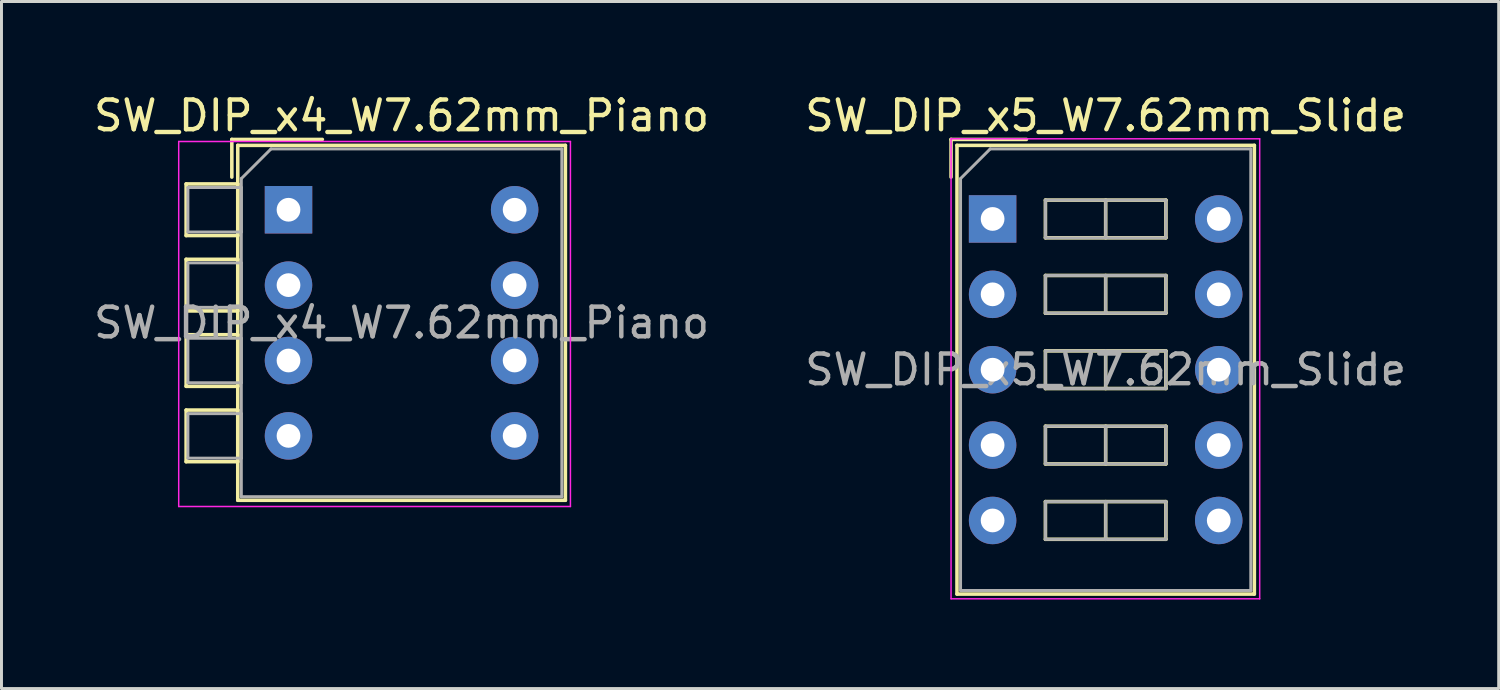
<source format=kicad_pcb>
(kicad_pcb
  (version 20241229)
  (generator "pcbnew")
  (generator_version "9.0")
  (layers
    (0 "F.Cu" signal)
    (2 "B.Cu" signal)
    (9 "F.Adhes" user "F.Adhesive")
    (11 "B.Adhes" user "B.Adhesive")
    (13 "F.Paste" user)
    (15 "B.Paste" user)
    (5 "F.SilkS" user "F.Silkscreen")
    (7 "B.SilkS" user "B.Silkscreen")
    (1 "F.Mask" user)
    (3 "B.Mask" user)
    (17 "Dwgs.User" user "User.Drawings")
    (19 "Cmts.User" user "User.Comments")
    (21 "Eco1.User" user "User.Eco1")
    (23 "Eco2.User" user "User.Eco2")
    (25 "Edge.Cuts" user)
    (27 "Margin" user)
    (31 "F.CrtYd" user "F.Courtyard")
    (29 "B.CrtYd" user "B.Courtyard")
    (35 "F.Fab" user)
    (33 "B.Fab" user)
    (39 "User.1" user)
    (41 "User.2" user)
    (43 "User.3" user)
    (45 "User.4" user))
  (footprint "SW_DIP_x4_W7.62mm_Piano"
    (layer "F.Cu")
    (at 6.672 4.018)
    (property "Reference" "SW_DIP_x4_W7.62mm_Piano" (at 3.81 -3.17 0) (layer "F.SilkS") (effects (font (size 1 1) (thickness 0.15))))
    (attr through_hole)
    (fp_line (start -3.45 -0.87) (end -3.45 0.87) (stroke (width 0.12) (type solid)) (layer "F.SilkS"))
    (fp_line (start -3.45 0.87) (end -1.71 0.87) (stroke (width 0.12) (type solid)) (layer "F.SilkS"))
    (fp_line (start -3.45 1.67) (end -3.45 3.41) (stroke (width 0.12) (type solid)) (layer "F.SilkS"))
    (fp_line (start -3.45 3.41) (end -1.71 3.41) (stroke (width 0.12) (type solid)) (layer "F.SilkS"))
    (fp_line (start -3.45 4.21) (end -3.45 5.95) (stroke (width 0.12) (type solid)) (layer "F.SilkS"))
    (fp_line (start -3.45 5.95) (end -1.71 5.95) (stroke (width 0.12) (type solid)) (layer "F.SilkS"))
    (fp_line (start -3.45 6.75) (end -3.45 8.49) (stroke (width 0.12) (type solid)) (layer "F.SilkS"))
    (fp_line (start -3.45 8.49) (end -1.71 8.49) (stroke (width 0.12) (type solid)) (layer "F.SilkS"))
    (fp_line (start -1.91 -2.37) (end -1.91 -1.1) (stroke (width 0.12) (type solid)) (layer "F.SilkS"))
    (fp_line (start -1.91 -2.37) (end 1.14 -2.37) (stroke (width 0.12) (type solid)) (layer "F.SilkS"))
    (fp_line (start -1.71 -2.17) (end 9.33 -2.17) (stroke (width 0.12) (type solid)) (layer "F.SilkS"))
    (fp_line (start -1.71 -0.87) (end -3.45 -0.87) (stroke (width 0.12) (type solid)) (layer "F.SilkS"))
    (fp_line (start -1.71 0.87) (end -1.71 -0.87) (stroke (width 0.12) (type solid)) (layer "F.SilkS"))
    (fp_line (start -1.71 1.67) (end -3.45 1.67) (stroke (width 0.12) (type solid)) (layer "F.SilkS"))
    (fp_line (start -1.71 3.41) (end -1.71 1.67) (stroke (width 0.12) (type solid)) (layer "F.SilkS"))
    (fp_line (start -1.71 4.21) (end -3.45 4.21) (stroke (width 0.12) (type solid)) (layer "F.SilkS"))
    (fp_line (start -1.71 5.95) (end -1.71 4.21) (stroke (width 0.12) (type solid)) (layer "F.SilkS"))
    (fp_line (start -1.71 6.75) (end -3.45 6.75) (stroke (width 0.12) (type solid)) (layer "F.SilkS"))
    (fp_line (start -1.71 8.49) (end -1.71 6.75) (stroke (width 0.12) (type solid)) (layer "F.SilkS"))
    (fp_line (start -1.71 9.79) (end -1.71 -2.17) (stroke (width 0.12) (type solid)) (layer "F.SilkS"))
    (fp_line (start 9.33 -2.17) (end 9.33 9.79) (stroke (width 0.12) (type solid)) (layer "F.SilkS"))
    (fp_line (start 9.33 9.79) (end -1.71 9.79) (stroke (width 0.12) (type solid)) (layer "F.SilkS"))
    (fp_line (start -3.7 -2.3) (end -3.7 10) (stroke (width 0.05) (type solid)) (layer "F.CrtYd"))
    (fp_line (start -3.7 10) (end 9.5 10) (stroke (width 0.05) (type solid)) (layer "F.CrtYd"))
    (fp_line (start 9.5 -2.3) (end -3.7 -2.3) (stroke (width 0.05) (type solid)) (layer "F.CrtYd"))
    (fp_line (start 9.5 10) (end 9.5 -2.3) (stroke (width 0.05) (type solid)) (layer "F.CrtYd"))
    (fp_line (start -3.39 -0.75) (end -1.59 -0.75) (stroke (width 0.1) (type solid)) (layer "F.Fab"))
    (fp_line (start -3.39 0.75) (end -3.39 -0.75) (stroke (width 0.1) (type solid)) (layer "F.Fab"))
    (fp_line (start -3.39 1.79) (end -1.59 1.79) (stroke (width 0.1) (type solid)) (layer "F.Fab"))
    (fp_line (start -3.39 3.29) (end -3.39 1.79) (stroke (width 0.1) (type solid)) (layer "F.Fab"))
    (fp_line (start -3.39 4.33) (end -1.59 4.33) (stroke (width 0.1) (type solid)) (layer "F.Fab"))
    (fp_line (start -3.39 5.83) (end -3.39 4.33) (stroke (width 0.1) (type solid)) (layer "F.Fab"))
    (fp_line (start -3.39 6.87) (end -1.59 6.87) (stroke (width 0.1) (type solid)) (layer "F.Fab"))
    (fp_line (start -3.39 8.37) (end -3.39 6.87) (stroke (width 0.1) (type solid)) (layer "F.Fab"))
    (fp_line (start -1.59 -1.05) (end -0.59 -2.05) (stroke (width 0.1) (type solid)) (layer "F.Fab"))
    (fp_line (start -1.59 -0.75) (end -1.59 0.75) (stroke (width 0.1) (type solid)) (layer "F.Fab"))
    (fp_line (start -1.59 0.75) (end -3.39 0.75) (stroke (width 0.1) (type solid)) (layer "F.Fab"))
    (fp_line (start -1.59 1.79) (end -1.59 3.29) (stroke (width 0.1) (type solid)) (layer "F.Fab"))
    (fp_line (start -1.59 3.29) (end -3.39 3.29) (stroke (width 0.1) (type solid)) (layer "F.Fab"))
    (fp_line (start -1.59 4.33) (end -1.59 5.83) (stroke (width 0.1) (type solid)) (layer "F.Fab"))
    (fp_line (start -1.59 5.83) (end -3.39 5.83) (stroke (width 0.1) (type solid)) (layer "F.Fab"))
    (fp_line (start -1.59 6.87) (end -1.59 8.37) (stroke (width 0.1) (type solid)) (layer "F.Fab"))
    (fp_line (start -1.59 8.37) (end -3.39 8.37) (stroke (width 0.1) (type solid)) (layer "F.Fab"))
    (fp_line (start -1.59 9.67) (end -1.59 -1.05) (stroke (width 0.1) (type solid)) (layer "F.Fab"))
    (fp_line (start -0.59 -2.05) (end 9.21 -2.05) (stroke (width 0.1) (type solid)) (layer "F.Fab"))
    (fp_line (start 9.21 -2.05) (end 9.21 9.67) (stroke (width 0.1) (type solid)) (layer "F.Fab"))
    (fp_line (start 9.21 9.67) (end -1.59 9.67) (stroke (width 0.1) (type solid)) (layer "F.Fab"))
    (fp_text user "${REFERENCE}" (at 3.81 3.81 0) (layer "F.Fab") (effects (font (size 1 1) (thickness 0.15))))
    (pad "1" thru_hole rect (at 0 0) (size 1.6 1.6) (drill 0.8) (layers "*.Cu" "*.Mask"))
    (pad "2" thru_hole oval (at 0 2.54) (size 1.6 1.6) (drill 0.8) (layers "*.Cu" "*.Mask"))
    (pad "3" thru_hole oval (at 0 5.08) (size 1.6 1.6) (drill 0.8) (layers "*.Cu" "*.Mask"))
    (pad "4" thru_hole oval (at 0 7.62) (size 1.6 1.6) (drill 0.8) (layers "*.Cu" "*.Mask"))
    (pad "5" thru_hole oval (at 7.62 7.62) (size 1.6 1.6) (drill 0.8) (layers "*.Cu" "*.Mask"))
    (pad "6" thru_hole oval (at 7.62 5.08) (size 1.6 1.6) (drill 0.8) (layers "*.Cu" "*.Mask"))
    (pad "7" thru_hole oval (at 7.62 2.54) (size 1.6 1.6) (drill 0.8) (layers "*.Cu" "*.Mask"))
    (pad "8" thru_hole oval (at 7.62 0) (size 1.6 1.6) (drill 0.8) (layers "*.Cu" "*.Mask")))
  (footprint "SW_DIP_x5_W7.62mm_Slide"
    (layer "F.Cu")
    (at 30.398 4.328)
    (property "Reference" "SW_DIP_x5_W7.62mm_Slide" (at 3.81 -3.48 0) (layer "F.SilkS") (effects (font (size 1 1) (thickness 0.15))))
    (attr through_hole)
    (fp_line (start -1.4 -2.68) (end -1.4 -1.41) (stroke (width 0.12) (type solid)) (layer "F.SilkS"))
    (fp_line (start -1.4 -2.68) (end 1.14 -2.68) (stroke (width 0.12) (type solid)) (layer "F.SilkS"))
    (fp_line (start -1.2 -2.48) (end 8.82 -2.48) (stroke (width 0.12) (type solid)) (layer "F.SilkS"))
    (fp_line (start -1.2 12.64) (end -1.2 -2.48) (stroke (width 0.12) (type solid)) (layer "F.SilkS"))
    (fp_line (start 1.78 -0.635) (end 1.78 0.635) (stroke (width 0.12) (type solid)) (layer "F.SilkS"))
    (fp_line (start 1.78 0.635) (end 5.84 0.635) (stroke (width 0.12) (type solid)) (layer "F.SilkS"))
    (fp_line (start 1.78 1.905) (end 1.78 3.175) (stroke (width 0.12) (type solid)) (layer "F.SilkS"))
    (fp_line (start 1.78 3.175) (end 5.84 3.175) (stroke (width 0.12) (type solid)) (layer "F.SilkS"))
    (fp_line (start 1.78 4.445) (end 1.78 5.715) (stroke (width 0.12) (type solid)) (layer "F.SilkS"))
    (fp_line (start 1.78 5.715) (end 5.84 5.715) (stroke (width 0.12) (type solid)) (layer "F.SilkS"))
    (fp_line (start 1.78 6.985) (end 1.78 8.255) (stroke (width 0.12) (type solid)) (layer "F.SilkS"))
    (fp_line (start 1.78 8.255) (end 5.84 8.255) (stroke (width 0.12) (type solid)) (layer "F.SilkS"))
    (fp_line (start 1.78 9.525) (end 1.78 10.795) (stroke (width 0.12) (type solid)) (layer "F.SilkS"))
    (fp_line (start 1.78 10.795) (end 5.84 10.795) (stroke (width 0.12) (type solid)) (layer "F.SilkS"))
    (fp_line (start 3.81 -0.635) (end 3.81 0.635) (stroke (width 0.12) (type solid)) (layer "F.SilkS"))
    (fp_line (start 3.81 1.905) (end 3.81 3.175) (stroke (width 0.12) (type solid)) (layer "F.SilkS"))
    (fp_line (start 3.81 4.445) (end 3.81 5.715) (stroke (width 0.12) (type solid)) (layer "F.SilkS"))
    (fp_line (start 3.81 6.985) (end 3.81 8.255) (stroke (width 0.12) (type solid)) (layer "F.SilkS"))
    (fp_line (start 3.81 9.525) (end 3.81 10.795) (stroke (width 0.12) (type solid)) (layer "F.SilkS"))
    (fp_line (start 5.84 -0.635) (end 1.78 -0.635) (stroke (width 0.12) (type solid)) (layer "F.SilkS"))
    (fp_line (start 5.84 0.635) (end 5.84 -0.635) (stroke (width 0.12) (type solid)) (layer "F.SilkS"))
    (fp_line (start 5.84 1.905) (end 1.78 1.905) (stroke (width 0.12) (type solid)) (layer "F.SilkS"))
    (fp_line (start 5.84 3.175) (end 5.84 1.905) (stroke (width 0.12) (type solid)) (layer "F.SilkS"))
    (fp_line (start 5.84 4.445) (end 1.78 4.445) (stroke (width 0.12) (type solid)) (layer "F.SilkS"))
    (fp_line (start 5.84 5.715) (end 5.84 4.445) (stroke (width 0.12) (type solid)) (layer "F.SilkS"))
    (fp_line (start 5.84 6.985) (end 1.78 6.985) (stroke (width 0.12) (type solid)) (layer "F.SilkS"))
    (fp_line (start 5.84 8.255) (end 5.84 6.985) (stroke (width 0.12) (type solid)) (layer "F.SilkS"))
    (fp_line (start 5.84 9.525) (end 1.78 9.525) (stroke (width 0.12) (type solid)) (layer "F.SilkS"))
    (fp_line (start 5.84 10.795) (end 5.84 9.525) (stroke (width 0.12) (type solid)) (layer "F.SilkS"))
    (fp_line (start 8.82 -2.48) (end 8.82 12.64) (stroke (width 0.12) (type solid)) (layer "F.SilkS"))
    (fp_line (start 8.82 12.64) (end -1.2 12.64) (stroke (width 0.12) (type solid)) (layer "F.SilkS"))
    (fp_line (start -1.4 -2.7) (end -1.4 12.8) (stroke (width 0.05) (type solid)) (layer "F.CrtYd"))
    (fp_line (start -1.4 12.8) (end 9 12.8) (stroke (width 0.05) (type solid)) (layer "F.CrtYd"))
    (fp_line (start 9 -2.7) (end -1.4 -2.7) (stroke (width 0.05) (type solid)) (layer "F.CrtYd"))
    (fp_line (start 9 12.8) (end 9 -2.7) (stroke (width 0.05) (type solid)) (layer "F.CrtYd"))
    (fp_line (start -1.08 -1.36) (end -0.08 -2.36) (stroke (width 0.1) (type solid)) (layer "F.Fab"))
    (fp_line (start -1.08 12.52) (end -1.08 -1.36) (stroke (width 0.1) (type solid)) (layer "F.Fab"))
    (fp_line (start -0.08 -2.36) (end 8.7 -2.36) (stroke (width 0.1) (type solid)) (layer "F.Fab"))
    (fp_line (start 1.78 -0.635) (end 1.78 0.635) (stroke (width 0.1) (type solid)) (layer "F.Fab"))
    (fp_line (start 1.78 0.635) (end 5.84 0.635) (stroke (width 0.1) (type solid)) (layer "F.Fab"))
    (fp_line (start 1.78 1.905) (end 1.78 3.175) (stroke (width 0.1) (type solid)) (layer "F.Fab"))
    (fp_line (start 1.78 3.175) (end 5.84 3.175) (stroke (width 0.1) (type solid)) (layer "F.Fab"))
    (fp_line (start 1.78 4.445) (end 1.78 5.715) (stroke (width 0.1) (type solid)) (layer "F.Fab"))
    (fp_line (start 1.78 5.715) (end 5.84 5.715) (stroke (width 0.1) (type solid)) (layer "F.Fab"))
    (fp_line (start 1.78 6.985) (end 1.78 8.255) (stroke (width 0.1) (type solid)) (layer "F.Fab"))
    (fp_line (start 1.78 8.255) (end 5.84 8.255) (stroke (width 0.1) (type solid)) (layer "F.Fab"))
    (fp_line (start 1.78 9.525) (end 1.78 10.795) (stroke (width 0.1) (type solid)) (layer "F.Fab"))
    (fp_line (start 1.78 10.795) (end 5.84 10.795) (stroke (width 0.1) (type solid)) (layer "F.Fab"))
    (fp_line (start 3.81 -0.635) (end 3.81 0.635) (stroke (width 0.1) (type solid)) (layer "F.Fab"))
    (fp_line (start 3.81 1.905) (end 3.81 3.175) (stroke (width 0.1) (type solid)) (layer "F.Fab"))
    (fp_line (start 3.81 4.445) (end 3.81 5.715) (stroke (width 0.1) (type solid)) (layer "F.Fab"))
    (fp_line (start 3.81 6.985) (end 3.81 8.255) (stroke (width 0.1) (type solid)) (layer "F.Fab"))
    (fp_line (start 3.81 9.525) (end 3.81 10.795) (stroke (width 0.1) (type solid)) (layer "F.Fab"))
    (fp_line (start 5.84 -0.635) (end 1.78 -0.635) (stroke (width 0.1) (type solid)) (layer "F.Fab"))
    (fp_line (start 5.84 0.635) (end 5.84 -0.635) (stroke (width 0.1) (type solid)) (layer "F.Fab"))
    (fp_line (start 5.84 1.905) (end 1.78 1.905) (stroke (width 0.1) (type solid)) (layer "F.Fab"))
    (fp_line (start 5.84 3.175) (end 5.84 1.905) (stroke (width 0.1) (type solid)) (layer "F.Fab"))
    (fp_line (start 5.84 4.445) (end 1.78 4.445) (stroke (width 0.1) (type solid)) (layer "F.Fab"))
    (fp_line (start 5.84 5.715) (end 5.84 4.445) (stroke (width 0.1) (type solid)) (layer "F.Fab"))
    (fp_line (start 5.84 6.985) (end 1.78 6.985) (stroke (width 0.1) (type solid)) (layer "F.Fab"))
    (fp_line (start 5.84 8.255) (end 5.84 6.985) (stroke (width 0.1) (type solid)) (layer "F.Fab"))
    (fp_line (start 5.84 9.525) (end 1.78 9.525) (stroke (width 0.1) (type solid)) (layer "F.Fab"))
    (fp_line (start 5.84 10.795) (end 5.84 9.525) (stroke (width 0.1) (type solid)) (layer "F.Fab"))
    (fp_line (start 8.7 -2.36) (end 8.7 12.52) (stroke (width 0.1) (type solid)) (layer "F.Fab"))
    (fp_line (start 8.7 12.52) (end -1.08 12.52) (stroke (width 0.1) (type solid)) (layer "F.Fab"))
    (fp_text user "${REFERENCE}" (at 3.81 5.08 0) (layer "F.Fab") (effects (font (size 1 1) (thickness 0.15))))
    (pad "1" thru_hole rect (at 0 0) (size 1.6 1.6) (drill 0.8) (layers "*.Cu" "*.Mask"))
    (pad "2" thru_hole oval (at 0 2.54) (size 1.6 1.6) (drill 0.8) (layers "*.Cu" "*.Mask"))
    (pad "3" thru_hole oval (at 0 5.08) (size 1.6 1.6) (drill 0.8) (layers "*.Cu" "*.Mask"))
    (pad "4" thru_hole oval (at 0 7.62) (size 1.6 1.6) (drill 0.8) (layers "*.Cu" "*.Mask"))
    (pad "5" thru_hole oval (at 0 10.16) (size 1.6 1.6) (drill 0.8) (layers "*.Cu" "*.Mask"))
    (pad "6" thru_hole oval (at 7.62 10.16) (size 1.6 1.6) (drill 0.8) (layers "*.Cu" "*.Mask"))
    (pad "7" thru_hole oval (at 7.62 7.62) (size 1.6 1.6) (drill 0.8) (layers "*.Cu" "*.Mask"))
    (pad "8" thru_hole oval (at 7.62 5.08) (size 1.6 1.6) (drill 0.8) (layers "*.Cu" "*.Mask"))
    (pad "9" thru_hole oval (at 7.62 2.54) (size 1.6 1.6) (drill 0.8) (layers "*.Cu" "*.Mask"))
    (pad "10" thru_hole oval (at 7.62 0) (size 1.6 1.6) (drill 0.8) (layers "*.Cu" "*.Mask")))
  (gr_rect
    (start -3 -3)
    (end 47.452 20.153)
    (stroke (width 0.1) (type default))
    (fill no)
    (layer "Edge.Cuts")))
</source>
